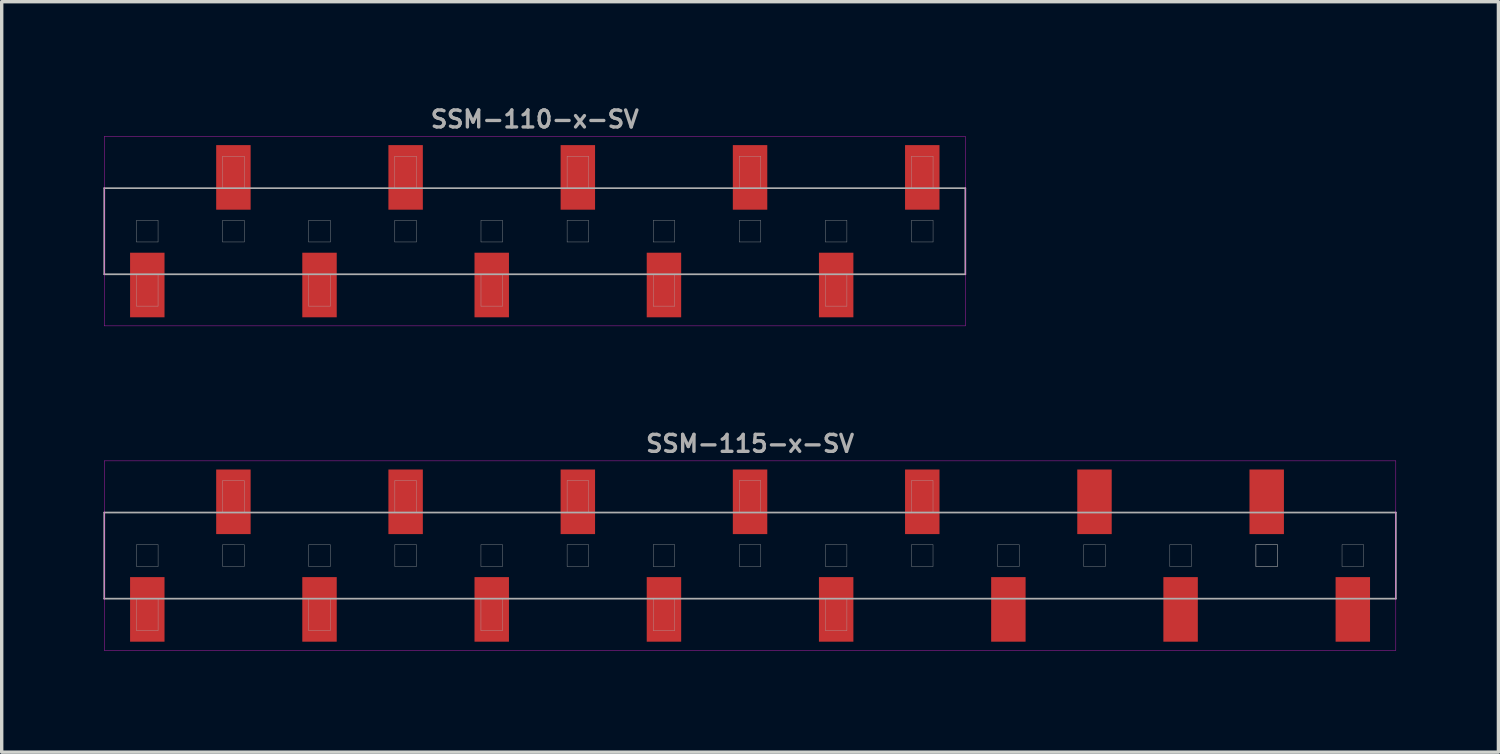
<source format=kicad_pcb>
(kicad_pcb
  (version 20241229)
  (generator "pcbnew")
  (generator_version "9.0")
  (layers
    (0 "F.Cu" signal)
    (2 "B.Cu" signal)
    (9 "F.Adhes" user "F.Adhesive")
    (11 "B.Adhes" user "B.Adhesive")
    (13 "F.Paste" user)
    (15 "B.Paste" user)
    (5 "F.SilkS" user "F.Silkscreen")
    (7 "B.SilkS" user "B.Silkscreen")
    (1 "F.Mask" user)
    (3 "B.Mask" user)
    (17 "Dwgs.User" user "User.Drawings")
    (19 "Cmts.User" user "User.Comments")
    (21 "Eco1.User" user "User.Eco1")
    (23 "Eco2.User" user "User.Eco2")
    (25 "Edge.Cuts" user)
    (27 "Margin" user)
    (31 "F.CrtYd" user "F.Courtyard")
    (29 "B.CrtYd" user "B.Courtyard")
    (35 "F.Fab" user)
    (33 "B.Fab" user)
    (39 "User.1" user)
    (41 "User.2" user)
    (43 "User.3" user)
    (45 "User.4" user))
  (footprint "SSM-115-x-SV"
    (layer "F.Cu")
    (at 19.075 13.339)
    (property "Reference" "SSM-115-x-SV" (at 0 -3.302 0) (layer "F.Fab") (effects (font (size 0.5 0.5) (thickness 0.1))))
    (attr smd)
    (fp_line (start -19.05 -2.794) (end -19.05 2.794) (stroke (width 0.01) (type solid)) (layer "F.CrtYd"))
    (fp_line (start -19.05 2.794) (end 19.05 2.794) (stroke (width 0.01) (type solid)) (layer "F.CrtYd"))
    (fp_line (start 19.05 -2.794) (end -19.05 -2.794) (stroke (width 0.01) (type solid)) (layer "F.CrtYd"))
    (fp_line (start 19.05 2.794) (end 19.05 -2.794) (stroke (width 0.01) (type solid)) (layer "F.CrtYd"))
    (fp_line (start -19.05 -1.27) (end -19.05 1.27) (stroke (width 0.05) (type solid)) (layer "F.Fab"))
    (fp_line (start -19.05 1.27) (end 19.05 1.27) (stroke (width 0.05) (type solid)) (layer "F.Fab"))
    (fp_line (start -18.098 -0.318) (end -18.098 0.318) (stroke (width 0.01) (type solid)) (layer "F.Fab"))
    (fp_line (start -18.098 0.318) (end -17.462 0.318) (stroke (width 0.01) (type solid)) (layer "F.Fab"))
    (fp_line (start -18.098 2.21) (end -18.098 1.27) (stroke (width 0.01) (type solid)) (layer "F.Fab"))
    (fp_line (start -17.462 -0.318) (end -18.098 -0.318) (stroke (width 0.01) (type solid)) (layer "F.Fab"))
    (fp_line (start -17.462 0.318) (end -17.462 -0.318) (stroke (width 0.01) (type solid)) (layer "F.Fab"))
    (fp_line (start -17.462 1.27) (end -17.462 2.21) (stroke (width 0.01) (type solid)) (layer "F.Fab"))
    (fp_line (start -17.462 2.21) (end -18.098 2.21) (stroke (width 0.01) (type solid)) (layer "F.Fab"))
    (fp_line (start -15.557 -2.21) (end -14.922 -2.21) (stroke (width 0.01) (type solid)) (layer "F.Fab"))
    (fp_line (start -15.557 -1.27) (end -15.557 -2.21) (stroke (width 0.01) (type solid)) (layer "F.Fab"))
    (fp_line (start -15.557 -0.318) (end -15.557 0.318) (stroke (width 0.01) (type solid)) (layer "F.Fab"))
    (fp_line (start -15.557 0.318) (end -14.922 0.318) (stroke (width 0.01) (type solid)) (layer "F.Fab"))
    (fp_line (start -14.922 -2.21) (end -14.922 -1.27) (stroke (width 0.01) (type solid)) (layer "F.Fab"))
    (fp_line (start -14.922 -0.318) (end -15.557 -0.318) (stroke (width 0.01) (type solid)) (layer "F.Fab"))
    (fp_line (start -14.922 0.318) (end -14.922 -0.318) (stroke (width 0.01) (type solid)) (layer "F.Fab"))
    (fp_line (start -13.018 -0.318) (end -13.018 0.318) (stroke (width 0.01) (type solid)) (layer "F.Fab"))
    (fp_line (start -13.018 0.318) (end -12.383 0.318) (stroke (width 0.01) (type solid)) (layer "F.Fab"))
    (fp_line (start -13.018 2.21) (end -13.018 1.27) (stroke (width 0.01) (type solid)) (layer "F.Fab"))
    (fp_line (start -12.383 -0.318) (end -13.018 -0.318) (stroke (width 0.01) (type solid)) (layer "F.Fab"))
    (fp_line (start -12.383 0.318) (end -12.383 -0.318) (stroke (width 0.01) (type solid)) (layer "F.Fab"))
    (fp_line (start -12.383 1.27) (end -12.383 2.21) (stroke (width 0.01) (type solid)) (layer "F.Fab"))
    (fp_line (start -12.383 2.21) (end -13.018 2.21) (stroke (width 0.01) (type solid)) (layer "F.Fab"))
    (fp_line (start -10.477 -2.21) (end -9.842 -2.21) (stroke (width 0.01) (type solid)) (layer "F.Fab"))
    (fp_line (start -10.477 -1.27) (end -10.477 -2.21) (stroke (width 0.01) (type solid)) (layer "F.Fab"))
    (fp_line (start -10.477 -0.318) (end -10.477 0.318) (stroke (width 0.01) (type solid)) (layer "F.Fab"))
    (fp_line (start -10.477 0.318) (end -9.842 0.318) (stroke (width 0.01) (type solid)) (layer "F.Fab"))
    (fp_line (start -9.842 -2.21) (end -9.842 -1.27) (stroke (width 0.01) (type solid)) (layer "F.Fab"))
    (fp_line (start -9.842 -0.318) (end -10.477 -0.318) (stroke (width 0.01) (type solid)) (layer "F.Fab"))
    (fp_line (start -9.842 0.318) (end -9.842 -0.318) (stroke (width 0.01) (type solid)) (layer "F.Fab"))
    (fp_line (start -7.938 -0.318) (end -7.938 0.318) (stroke (width 0.01) (type solid)) (layer "F.Fab"))
    (fp_line (start -7.938 0.318) (end -7.303 0.318) (stroke (width 0.01) (type solid)) (layer "F.Fab"))
    (fp_line (start -7.938 2.21) (end -7.938 1.27) (stroke (width 0.01) (type solid)) (layer "F.Fab"))
    (fp_line (start -7.303 -0.318) (end -7.938 -0.318) (stroke (width 0.01) (type solid)) (layer "F.Fab"))
    (fp_line (start -7.303 0.318) (end -7.303 -0.318) (stroke (width 0.01) (type solid)) (layer "F.Fab"))
    (fp_line (start -7.303 1.27) (end -7.303 2.21) (stroke (width 0.01) (type solid)) (layer "F.Fab"))
    (fp_line (start -7.303 2.21) (end -7.938 2.21) (stroke (width 0.01) (type solid)) (layer "F.Fab"))
    (fp_line (start -5.397 -2.21) (end -4.763 -2.21) (stroke (width 0.01) (type solid)) (layer "F.Fab"))
    (fp_line (start -5.397 -1.27) (end -5.397 -2.21) (stroke (width 0.01) (type solid)) (layer "F.Fab"))
    (fp_line (start -5.397 -0.318) (end -5.397 0.318) (stroke (width 0.01) (type solid)) (layer "F.Fab"))
    (fp_line (start -5.397 0.318) (end -4.763 0.318) (stroke (width 0.01) (type solid)) (layer "F.Fab"))
    (fp_line (start -4.763 -2.21) (end -4.763 -1.27) (stroke (width 0.01) (type solid)) (layer "F.Fab"))
    (fp_line (start -4.763 -0.318) (end -5.397 -0.318) (stroke (width 0.01) (type solid)) (layer "F.Fab"))
    (fp_line (start -4.763 0.318) (end -4.763 -0.318) (stroke (width 0.01) (type solid)) (layer "F.Fab"))
    (fp_line (start -2.857 -0.318) (end -2.857 0.318) (stroke (width 0.01) (type solid)) (layer "F.Fab"))
    (fp_line (start -2.857 0.318) (end -2.223 0.318) (stroke (width 0.01) (type solid)) (layer "F.Fab"))
    (fp_line (start -2.857 2.21) (end -2.857 1.27) (stroke (width 0.01) (type solid)) (layer "F.Fab"))
    (fp_line (start -2.223 -0.318) (end -2.857 -0.318) (stroke (width 0.01) (type solid)) (layer "F.Fab"))
    (fp_line (start -2.223 0.318) (end -2.223 -0.318) (stroke (width 0.01) (type solid)) (layer "F.Fab"))
    (fp_line (start -2.223 1.27) (end -2.223 2.21) (stroke (width 0.01) (type solid)) (layer "F.Fab"))
    (fp_line (start -2.223 2.21) (end -2.857 2.21) (stroke (width 0.01) (type solid)) (layer "F.Fab"))
    (fp_line (start -0.318 -2.21) (end 0.318 -2.21) (stroke (width 0.01) (type solid)) (layer "F.Fab"))
    (fp_line (start -0.318 -1.27) (end -0.318 -2.21) (stroke (width 0.01) (type solid)) (layer "F.Fab"))
    (fp_line (start -0.318 -0.318) (end -0.318 0.318) (stroke (width 0.01) (type solid)) (layer "F.Fab"))
    (fp_line (start -0.318 0.318) (end 0.318 0.318) (stroke (width 0.01) (type solid)) (layer "F.Fab"))
    (fp_line (start 0.318 -2.21) (end 0.318 -1.27) (stroke (width 0.01) (type solid)) (layer "F.Fab"))
    (fp_line (start 0.318 -0.318) (end -0.318 -0.318) (stroke (width 0.01) (type solid)) (layer "F.Fab"))
    (fp_line (start 0.318 0.318) (end 0.318 -0.318) (stroke (width 0.01) (type solid)) (layer "F.Fab"))
    (fp_line (start 2.223 -0.318) (end 2.223 0.318) (stroke (width 0.01) (type solid)) (layer "F.Fab"))
    (fp_line (start 2.223 0.318) (end 2.857 0.318) (stroke (width 0.01) (type solid)) (layer "F.Fab"))
    (fp_line (start 2.223 2.21) (end 2.223 1.27) (stroke (width 0.01) (type solid)) (layer "F.Fab"))
    (fp_line (start 2.857 -0.318) (end 2.223 -0.318) (stroke (width 0.01) (type solid)) (layer "F.Fab"))
    (fp_line (start 2.857 0.318) (end 2.857 -0.318) (stroke (width 0.01) (type solid)) (layer "F.Fab"))
    (fp_line (start 2.857 1.27) (end 2.857 2.21) (stroke (width 0.01) (type solid)) (layer "F.Fab"))
    (fp_line (start 2.857 2.21) (end 2.223 2.21) (stroke (width 0.01) (type solid)) (layer "F.Fab"))
    (fp_line (start 4.763 -2.21) (end 5.397 -2.21) (stroke (width 0.01) (type solid)) (layer "F.Fab"))
    (fp_line (start 4.763 -1.27) (end 4.763 -2.21) (stroke (width 0.01) (type solid)) (layer "F.Fab"))
    (fp_line (start 4.763 -0.318) (end 4.763 0.318) (stroke (width 0.01) (type solid)) (layer "F.Fab"))
    (fp_line (start 4.763 0.318) (end 5.397 0.318) (stroke (width 0.01) (type solid)) (layer "F.Fab"))
    (fp_line (start 5.397 -2.21) (end 5.397 -1.27) (stroke (width 0.01) (type solid)) (layer "F.Fab"))
    (fp_line (start 5.397 -0.318) (end 4.763 -0.318) (stroke (width 0.01) (type solid)) (layer "F.Fab"))
    (fp_line (start 5.397 0.318) (end 5.397 -0.318) (stroke (width 0.01) (type solid)) (layer "F.Fab"))
    (fp_line (start 7.303 -0.318) (end 7.303 0.318) (stroke (width 0.01) (type solid)) (layer "F.Fab"))
    (fp_line (start 7.303 0.318) (end 7.938 0.318) (stroke (width 0.01) (type solid)) (layer "F.Fab"))
    (fp_line (start 7.938 -0.318) (end 7.303 -0.318) (stroke (width 0.01) (type solid)) (layer "F.Fab"))
    (fp_line (start 7.938 0.318) (end 7.938 -0.318) (stroke (width 0.01) (type solid)) (layer "F.Fab"))
    (fp_line (start 9.842 -0.318) (end 9.842 0.318) (stroke (width 0.01) (type solid)) (layer "F.Fab"))
    (fp_line (start 9.842 0.318) (end 10.477 0.318) (stroke (width 0.01) (type solid)) (layer "F.Fab"))
    (fp_line (start 10.477 -0.318) (end 9.842 -0.318) (stroke (width 0.01) (type solid)) (layer "F.Fab"))
    (fp_line (start 10.477 0.318) (end 10.477 -0.318) (stroke (width 0.01) (type solid)) (layer "F.Fab"))
    (fp_line (start 12.383 -0.318) (end 12.383 0.318) (stroke (width 0.01) (type solid)) (layer "F.Fab"))
    (fp_line (start 12.383 0.318) (end 13.018 0.318) (stroke (width 0.01) (type solid)) (layer "F.Fab"))
    (fp_line (start 13.018 -0.318) (end 12.383 -0.318) (stroke (width 0.01) (type solid)) (layer "F.Fab"))
    (fp_line (start 13.018 0.318) (end 13.018 -0.318) (stroke (width 0.01) (type solid)) (layer "F.Fab"))
    (fp_line (start 14.922 -0.318) (end 14.922 0.318) (stroke (width 0.01) (type solid)) (layer "F.Fab"))
    (fp_line (start 14.922 -0.318) (end 14.922 0.318) (stroke (width 0.01) (type solid)) (layer "F.Fab"))
    (fp_line (start 14.922 0.318) (end 15.557 0.318) (stroke (width 0.01) (type solid)) (layer "F.Fab"))
    (fp_line (start 14.922 0.318) (end 15.557 0.318) (stroke (width 0.01) (type solid)) (layer "F.Fab"))
    (fp_line (start 15.557 -0.318) (end 14.922 -0.318) (stroke (width 0.01) (type solid)) (layer "F.Fab"))
    (fp_line (start 15.557 -0.318) (end 14.922 -0.318) (stroke (width 0.01) (type solid)) (layer "F.Fab"))
    (fp_line (start 15.557 0.318) (end 15.557 -0.318) (stroke (width 0.01) (type solid)) (layer "F.Fab"))
    (fp_line (start 15.557 0.318) (end 15.557 -0.318) (stroke (width 0.01) (type solid)) (layer "F.Fab"))
    (fp_line (start 17.462 -0.318) (end 17.462 0.318) (stroke (width 0.01) (type solid)) (layer "F.Fab"))
    (fp_line (start 17.462 0.318) (end 18.098 0.318) (stroke (width 0.01) (type solid)) (layer "F.Fab"))
    (fp_line (start 18.098 -0.318) (end 17.462 -0.318) (stroke (width 0.01) (type solid)) (layer "F.Fab"))
    (fp_line (start 18.098 0.318) (end 18.098 -0.318) (stroke (width 0.01) (type solid)) (layer "F.Fab"))
    (fp_line (start 19.05 -1.27) (end -19.05 -1.27) (stroke (width 0.05) (type solid)) (layer "F.Fab"))
    (fp_line (start 19.05 1.27) (end 19.05 -1.27) (stroke (width 0.05) (type solid)) (layer "F.Fab"))
    (pad "1" smd rect (at -17.78 1.587) (size 1.016 1.905) (layers "F.Cu" "F.Mask" "F.Paste"))
    (pad "2" smd rect (at -15.24 -1.587) (size 1.016 1.905) (layers "F.Cu" "F.Mask" "F.Paste"))
    (pad "3" smd rect (at -12.7 1.587) (size 1.016 1.905) (layers "F.Cu" "F.Mask" "F.Paste"))
    (pad "4" smd rect (at -10.16 -1.587) (size 1.016 1.905) (layers "F.Cu" "F.Mask" "F.Paste"))
    (pad "5" smd rect (at -7.62 1.587) (size 1.016 1.905) (layers "F.Cu" "F.Mask" "F.Paste"))
    (pad "6" smd rect (at -5.08 -1.587) (size 1.016 1.905) (layers "F.Cu" "F.Mask" "F.Paste"))
    (pad "7" smd rect (at -2.54 1.587) (size 1.016 1.905) (layers "F.Cu" "F.Mask" "F.Paste"))
    (pad "8" smd rect (at 0 -1.587) (size 1.016 1.905) (layers "F.Cu" "F.Mask" "F.Paste"))
    (pad "9" smd rect (at 2.54 1.587) (size 1.016 1.905) (layers "F.Cu" "F.Mask" "F.Paste"))
    (pad "10" smd rect (at 5.08 -1.587) (size 1.016 1.905) (layers "F.Cu" "F.Mask" "F.Paste"))
    (pad "11" smd rect (at 7.62 1.587) (size 1.016 1.905) (layers "F.Cu" "F.Mask" "F.Paste"))
    (pad "12" smd rect (at 10.16 -1.587) (size 1.016 1.905) (layers "F.Cu" "F.Mask" "F.Paste"))
    (pad "13" smd rect (at 12.7 1.587) (size 1.016 1.905) (layers "F.Cu" "F.Mask" "F.Paste"))
    (pad "14" smd rect (at 15.24 -1.587) (size 1.016 1.905) (layers "F.Cu" "F.Mask" "F.Paste"))
    (pad "15" smd rect (at 17.78 1.587) (size 1.016 1.905) (layers "F.Cu" "F.Mask" "F.Paste")))
  (footprint "SSM-110-x-SV"
    (layer "F.Cu")
    (at 12.725 3.77)
    (property "Reference" "SSM-110-x-SV" (at 0 -3.302 0) (layer "F.Fab") (effects (font (size 0.5 0.5) (thickness 0.1))))
    (attr smd)
    (fp_line (start -12.7 -2.794) (end -12.7 2.794) (stroke (width 0.01) (type solid)) (layer "F.CrtYd"))
    (fp_line (start -12.7 2.794) (end 12.7 2.794) (stroke (width 0.01) (type solid)) (layer "F.CrtYd"))
    (fp_line (start 12.7 -2.794) (end -12.7 -2.794) (stroke (width 0.01) (type solid)) (layer "F.CrtYd"))
    (fp_line (start 12.7 2.794) (end 12.7 -2.794) (stroke (width 0.01) (type solid)) (layer "F.CrtYd"))
    (fp_line (start -12.7 -1.27) (end -12.7 1.27) (stroke (width 0.05) (type solid)) (layer "F.Fab"))
    (fp_line (start -12.7 1.27) (end 12.7 1.27) (stroke (width 0.05) (type solid)) (layer "F.Fab"))
    (fp_line (start -11.748 -0.318) (end -11.748 0.318) (stroke (width 0.01) (type solid)) (layer "F.Fab"))
    (fp_line (start -11.748 0.318) (end -11.113 0.318) (stroke (width 0.01) (type solid)) (layer "F.Fab"))
    (fp_line (start -11.748 2.21) (end -11.748 1.27) (stroke (width 0.01) (type solid)) (layer "F.Fab"))
    (fp_line (start -11.113 -0.318) (end -11.748 -0.318) (stroke (width 0.01) (type solid)) (layer "F.Fab"))
    (fp_line (start -11.113 0.318) (end -11.113 -0.318) (stroke (width 0.01) (type solid)) (layer "F.Fab"))
    (fp_line (start -11.113 1.27) (end -11.113 2.21) (stroke (width 0.01) (type solid)) (layer "F.Fab"))
    (fp_line (start -11.113 2.21) (end -11.748 2.21) (stroke (width 0.01) (type solid)) (layer "F.Fab"))
    (fp_line (start -9.207 -2.21) (end -8.572 -2.21) (stroke (width 0.01) (type solid)) (layer "F.Fab"))
    (fp_line (start -9.207 -1.27) (end -9.207 -2.21) (stroke (width 0.01) (type solid)) (layer "F.Fab"))
    (fp_line (start -9.207 -0.318) (end -9.207 0.318) (stroke (width 0.01) (type solid)) (layer "F.Fab"))
    (fp_line (start -9.207 0.318) (end -8.572 0.318) (stroke (width 0.01) (type solid)) (layer "F.Fab"))
    (fp_line (start -8.572 -2.21) (end -8.572 -1.27) (stroke (width 0.01) (type solid)) (layer "F.Fab"))
    (fp_line (start -8.572 -0.318) (end -9.207 -0.318) (stroke (width 0.01) (type solid)) (layer "F.Fab"))
    (fp_line (start -8.572 0.318) (end -8.572 -0.318) (stroke (width 0.01) (type solid)) (layer "F.Fab"))
    (fp_line (start -6.668 -0.318) (end -6.668 0.318) (stroke (width 0.01) (type solid)) (layer "F.Fab"))
    (fp_line (start -6.668 0.318) (end -6.032 0.318) (stroke (width 0.01) (type solid)) (layer "F.Fab"))
    (fp_line (start -6.668 2.21) (end -6.668 1.27) (stroke (width 0.01) (type solid)) (layer "F.Fab"))
    (fp_line (start -6.032 -0.318) (end -6.668 -0.318) (stroke (width 0.01) (type solid)) (layer "F.Fab"))
    (fp_line (start -6.032 0.318) (end -6.032 -0.318) (stroke (width 0.01) (type solid)) (layer "F.Fab"))
    (fp_line (start -6.032 1.27) (end -6.032 2.21) (stroke (width 0.01) (type solid)) (layer "F.Fab"))
    (fp_line (start -6.032 2.21) (end -6.668 2.21) (stroke (width 0.01) (type solid)) (layer "F.Fab"))
    (fp_line (start -4.128 -2.21) (end -3.493 -2.21) (stroke (width 0.01) (type solid)) (layer "F.Fab"))
    (fp_line (start -4.128 -1.27) (end -4.128 -2.21) (stroke (width 0.01) (type solid)) (layer "F.Fab"))
    (fp_line (start -4.128 -0.318) (end -4.128 0.318) (stroke (width 0.01) (type solid)) (layer "F.Fab"))
    (fp_line (start -4.128 0.318) (end -3.493 0.318) (stroke (width 0.01) (type solid)) (layer "F.Fab"))
    (fp_line (start -3.493 -2.21) (end -3.493 -1.27) (stroke (width 0.01) (type solid)) (layer "F.Fab"))
    (fp_line (start -3.493 -0.318) (end -4.128 -0.318) (stroke (width 0.01) (type solid)) (layer "F.Fab"))
    (fp_line (start -3.493 0.318) (end -3.493 -0.318) (stroke (width 0.01) (type solid)) (layer "F.Fab"))
    (fp_line (start -1.587 -0.318) (end -1.587 0.318) (stroke (width 0.01) (type solid)) (layer "F.Fab"))
    (fp_line (start -1.587 0.318) (end -0.953 0.318) (stroke (width 0.01) (type solid)) (layer "F.Fab"))
    (fp_line (start -1.587 2.21) (end -1.587 1.27) (stroke (width 0.01) (type solid)) (layer "F.Fab"))
    (fp_line (start -0.953 -0.318) (end -1.587 -0.318) (stroke (width 0.01) (type solid)) (layer "F.Fab"))
    (fp_line (start -0.953 0.318) (end -0.953 -0.318) (stroke (width 0.01) (type solid)) (layer "F.Fab"))
    (fp_line (start -0.953 1.27) (end -0.953 2.21) (stroke (width 0.01) (type solid)) (layer "F.Fab"))
    (fp_line (start -0.953 2.21) (end -1.587 2.21) (stroke (width 0.01) (type solid)) (layer "F.Fab"))
    (fp_line (start 0.953 -2.21) (end 1.587 -2.21) (stroke (width 0.01) (type solid)) (layer "F.Fab"))
    (fp_line (start 0.953 -1.27) (end 0.953 -2.21) (stroke (width 0.01) (type solid)) (layer "F.Fab"))
    (fp_line (start 0.953 -0.318) (end 0.953 0.318) (stroke (width 0.01) (type solid)) (layer "F.Fab"))
    (fp_line (start 0.953 0.318) (end 1.587 0.318) (stroke (width 0.01) (type solid)) (layer "F.Fab"))
    (fp_line (start 1.587 -2.21) (end 1.587 -1.27) (stroke (width 0.01) (type solid)) (layer "F.Fab"))
    (fp_line (start 1.587 -0.318) (end 0.953 -0.318) (stroke (width 0.01) (type solid)) (layer "F.Fab"))
    (fp_line (start 1.587 0.318) (end 1.587 -0.318) (stroke (width 0.01) (type solid)) (layer "F.Fab"))
    (fp_line (start 3.493 -0.318) (end 3.493 0.318) (stroke (width 0.01) (type solid)) (layer "F.Fab"))
    (fp_line (start 3.493 0.318) (end 4.128 0.318) (stroke (width 0.01) (type solid)) (layer "F.Fab"))
    (fp_line (start 3.493 2.21) (end 3.493 1.27) (stroke (width 0.01) (type solid)) (layer "F.Fab"))
    (fp_line (start 4.128 -0.318) (end 3.493 -0.318) (stroke (width 0.01) (type solid)) (layer "F.Fab"))
    (fp_line (start 4.128 0.318) (end 4.128 -0.318) (stroke (width 0.01) (type solid)) (layer "F.Fab"))
    (fp_line (start 4.128 1.27) (end 4.128 2.21) (stroke (width 0.01) (type solid)) (layer "F.Fab"))
    (fp_line (start 4.128 2.21) (end 3.493 2.21) (stroke (width 0.01) (type solid)) (layer "F.Fab"))
    (fp_line (start 6.032 -2.21) (end 6.668 -2.21) (stroke (width 0.01) (type solid)) (layer "F.Fab"))
    (fp_line (start 6.032 -1.27) (end 6.032 -2.21) (stroke (width 0.01) (type solid)) (layer "F.Fab"))
    (fp_line (start 6.032 -0.318) (end 6.032 0.318) (stroke (width 0.01) (type solid)) (layer "F.Fab"))
    (fp_line (start 6.032 0.318) (end 6.668 0.318) (stroke (width 0.01) (type solid)) (layer "F.Fab"))
    (fp_line (start 6.668 -2.21) (end 6.668 -1.27) (stroke (width 0.01) (type solid)) (layer "F.Fab"))
    (fp_line (start 6.668 -0.318) (end 6.032 -0.318) (stroke (width 0.01) (type solid)) (layer "F.Fab"))
    (fp_line (start 6.668 0.318) (end 6.668 -0.318) (stroke (width 0.01) (type solid)) (layer "F.Fab"))
    (fp_line (start 8.572 -0.318) (end 8.572 0.318) (stroke (width 0.01) (type solid)) (layer "F.Fab"))
    (fp_line (start 8.572 0.318) (end 9.207 0.318) (stroke (width 0.01) (type solid)) (layer "F.Fab"))
    (fp_line (start 8.572 2.21) (end 8.572 1.27) (stroke (width 0.01) (type solid)) (layer "F.Fab"))
    (fp_line (start 9.207 -0.318) (end 8.572 -0.318) (stroke (width 0.01) (type solid)) (layer "F.Fab"))
    (fp_line (start 9.207 0.318) (end 9.207 -0.318) (stroke (width 0.01) (type solid)) (layer "F.Fab"))
    (fp_line (start 9.207 1.27) (end 9.207 2.21) (stroke (width 0.01) (type solid)) (layer "F.Fab"))
    (fp_line (start 9.207 2.21) (end 8.572 2.21) (stroke (width 0.01) (type solid)) (layer "F.Fab"))
    (fp_line (start 11.113 -2.21) (end 11.748 -2.21) (stroke (width 0.01) (type solid)) (layer "F.Fab"))
    (fp_line (start 11.113 -1.27) (end 11.113 -2.21) (stroke (width 0.01) (type solid)) (layer "F.Fab"))
    (fp_line (start 11.113 -0.318) (end 11.113 0.318) (stroke (width 0.01) (type solid)) (layer "F.Fab"))
    (fp_line (start 11.113 0.318) (end 11.748 0.318) (stroke (width 0.01) (type solid)) (layer "F.Fab"))
    (fp_line (start 11.748 -2.21) (end 11.748 -1.27) (stroke (width 0.01) (type solid)) (layer "F.Fab"))
    (fp_line (start 11.748 -0.318) (end 11.113 -0.318) (stroke (width 0.01) (type solid)) (layer "F.Fab"))
    (fp_line (start 11.748 0.318) (end 11.748 -0.318) (stroke (width 0.01) (type solid)) (layer "F.Fab"))
    (fp_line (start 12.7 -1.27) (end -12.7 -1.27) (stroke (width 0.05) (type solid)) (layer "F.Fab"))
    (fp_line (start 12.7 1.27) (end 12.7 -1.27) (stroke (width 0.05) (type solid)) (layer "F.Fab"))
    (pad "1" smd rect (at -11.43 1.587) (size 1.016 1.905) (layers "F.Cu" "F.Mask" "F.Paste"))
    (pad "2" smd rect (at -8.89 -1.587) (size 1.016 1.905) (layers "F.Cu" "F.Mask" "F.Paste"))
    (pad "3" smd rect (at -6.35 1.587) (size 1.016 1.905) (layers "F.Cu" "F.Mask" "F.Paste"))
    (pad "4" smd rect (at -3.81 -1.587) (size 1.016 1.905) (layers "F.Cu" "F.Mask" "F.Paste"))
    (pad "5" smd rect (at -1.27 1.587) (size 1.016 1.905) (layers "F.Cu" "F.Mask" "F.Paste"))
    (pad "6" smd rect (at 1.27 -1.587) (size 1.016 1.905) (layers "F.Cu" "F.Mask" "F.Paste"))
    (pad "7" smd rect (at 3.81 1.587) (size 1.016 1.905) (layers "F.Cu" "F.Mask" "F.Paste"))
    (pad "8" smd rect (at 6.35 -1.587) (size 1.016 1.905) (layers "F.Cu" "F.Mask" "F.Paste"))
    (pad "9" smd rect (at 8.89 1.587) (size 1.016 1.905) (layers "F.Cu" "F.Mask" "F.Paste"))
    (pad "10" smd rect (at 11.43 -1.587) (size 1.016 1.905) (layers "F.Cu" "F.Mask" "F.Paste")))
  (gr_rect
    (start -3 -3)
    (end 41.15 19.138)
    (stroke (width 0.1) (type default))
    (fill no)
    (layer "Edge.Cuts")))
</source>
